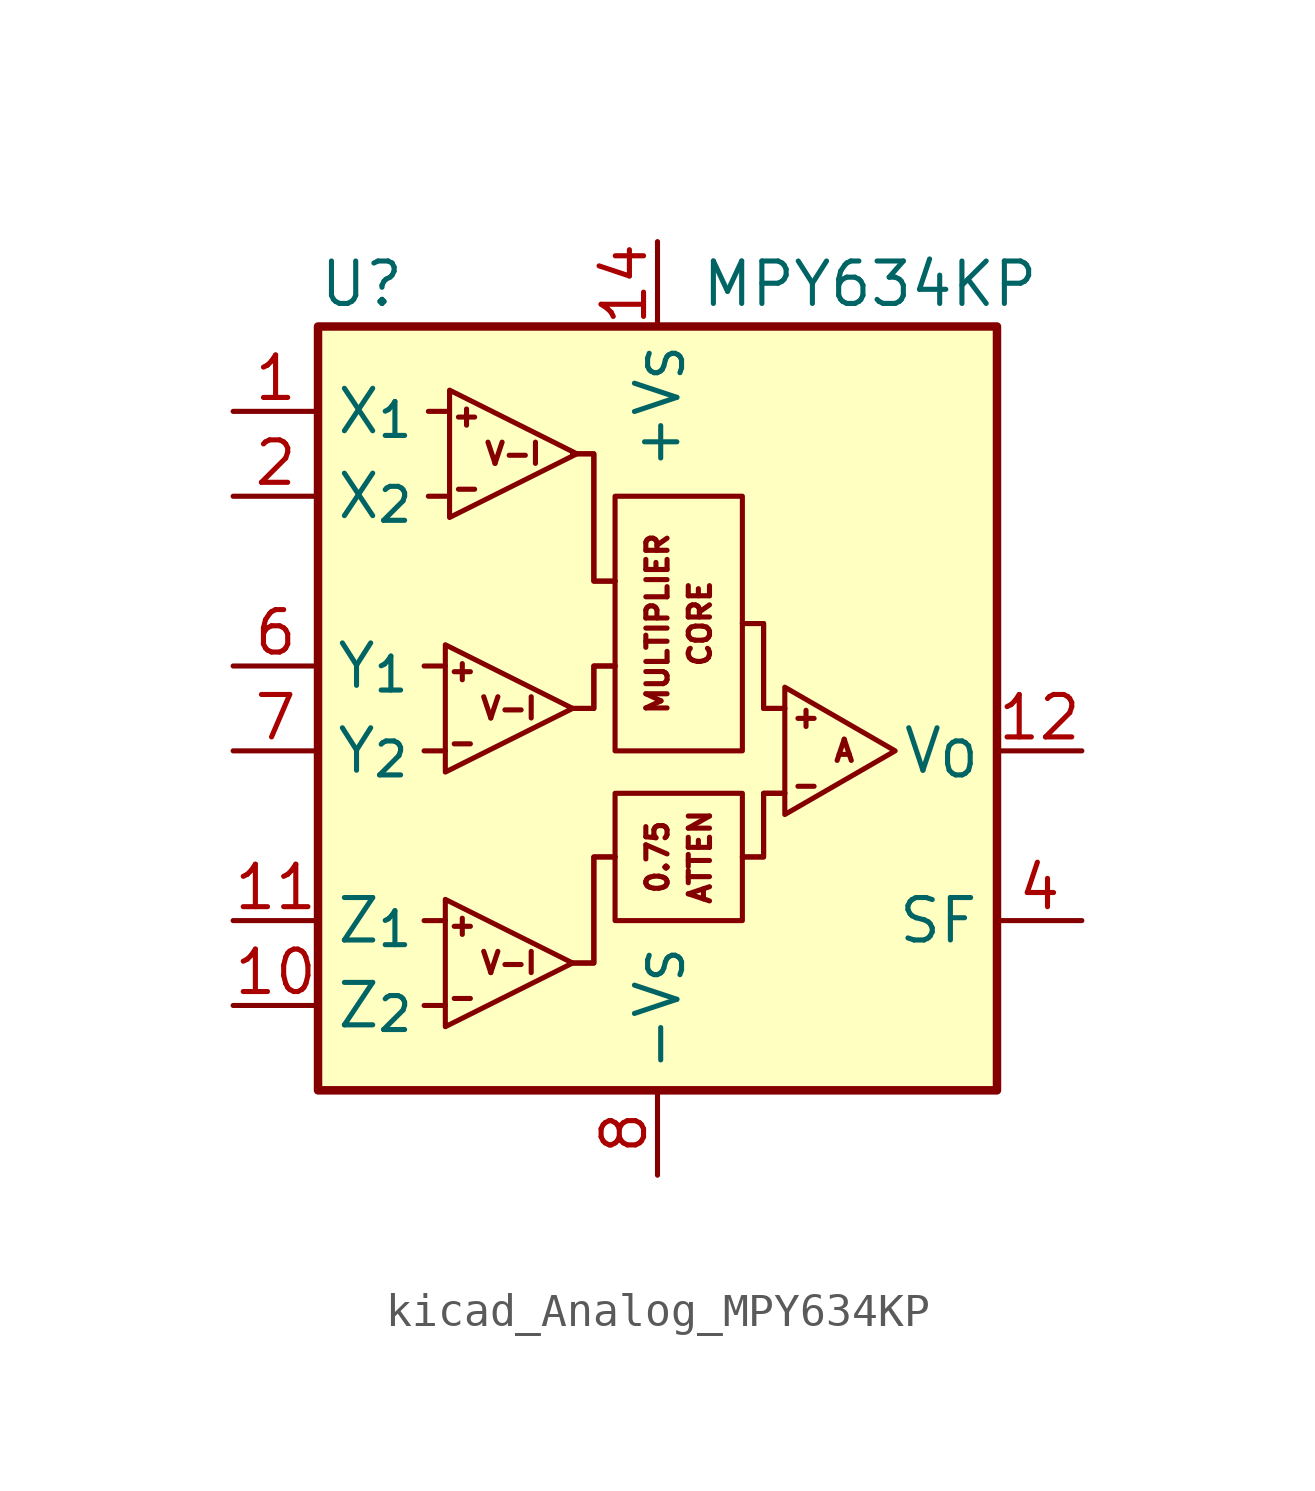
<source format=kicad_sym>
(kicad_symbol_lib
  (version 20220914)
  (generator kicad_symbol_editor)
  (symbol "kicad_Analog_MPY634KP"
    (property "Reference" "U"
      (at -10.16 13.97 0)
      (effects (font (size 1.27 1.27)) (justify left)))
    (property "Value" "MPY634KP"
      (at 1.27 13.97 0)
      (effects (font (size 1.27 1.27)) (justify left)))
    (symbol "kicad_Analog_MPY634KP_0_0"
      (polyline (pts (xy -1.27 -3.175) (xy -1.905 -3.175) (xy -1.905 -6.35) (xy -2.54 -6.35)) (stroke (width 0) (type default)) (fill (type none)))
      (polyline (pts (xy -1.27 -3.175) (xy -1.905 -3.175) (xy -1.905 -6.35) (xy -2.54 -6.35)) (stroke (width 0) (type default)) (fill (type none)))
      (polyline (pts (xy -1.27 2.54) (xy -1.905 2.54) (xy -1.905 1.27) (xy -2.54 1.27)) (stroke (width 0) (type default)) (fill (type none)))
      (polyline (pts (xy -1.27 2.54) (xy -1.905 2.54) (xy -1.905 1.27) (xy -2.54 1.27)) (stroke (width 0) (type default)) (fill (type none)))
      (polyline (pts (xy -1.27 5.08) (xy -1.905 5.08) (xy -1.905 8.89) (xy -2.54 8.89)) (stroke (width 0) (type default)) (fill (type none)))
      (polyline (pts (xy -1.27 5.08) (xy -1.905 5.08) (xy -1.905 8.89) (xy -2.54 8.89)) (stroke (width 0) (type default)) (fill (type none)))
      (polyline (pts (xy 3.81 -1.27) (xy 3.175 -1.27) (xy 3.175 -3.175) (xy 2.54 -3.175)) (stroke (width 0) (type default)) (fill (type none)))
      (polyline (pts (xy 3.81 -1.27) (xy 3.175 -1.27) (xy 3.175 -3.175) (xy 2.54 -3.175)) (stroke (width 0) (type default)) (fill (type none)))
      (polyline (pts (xy 3.81 1.27) (xy 3.175 1.27) (xy 3.175 3.81) (xy 2.54 3.81)) (stroke (width 0) (type default)) (fill (type none)))
      (polyline (pts (xy 3.81 1.27) (xy 3.175 1.27) (xy 3.175 3.81) (xy 2.54 3.81)) (stroke (width 0) (type default)) (fill (type none)))
      (text "+" (at -5.842 -5.207 0) (effects (font (size 0.635 0.635))))
      (text "+" (at -5.842 2.413 0) (effects (font (size 0.635 0.635))))
      (text "+" (at -5.715 10.033 0) (effects (font (size 0.635 0.635))))
      (text "+" (at 4.445 1.016 0) (effects (font (size 0.635 0.635))))
      (text "-" (at -5.842 -7.366 0) (effects (font (size 0.635 0.635))))
      (text "-" (at -5.842 0.254 0) (effects (font (size 0.635 0.635))))
      (text "-" (at -5.715 7.874 0) (effects (font (size 0.635 0.635))))
      (text "-" (at 4.445 -1.016 0) (effects (font (size 0.635 0.635))))
      (text "A" (at 5.588 0 0) (effects (font (size 0.635 0.635))))
      (text "V-I" (at -4.445 -6.35 0) (effects (font (size 0.635 0.635))))
      (text "V-I" (at -4.445 1.27 0) (effects (font (size 0.635 0.635))))
      (text "V-I" (at -4.318 8.89 0) (effects (font (size 0.635 0.635)))))
    (symbol "kicad_Analog_MPY634KP_0_1"
      (rectangle (start -10.16 12.7) (end 10.16 -10.16) (stroke (width 0.254) (type default)) (fill (type background)))
      (rectangle (start -1.27 -1.27) (end 2.54 -5.08) (stroke (width 0) (type default)) (fill (type none)))
      (rectangle (start -1.27 7.62) (end 2.54 0) (stroke (width 0) (type default)) (fill (type none)))
      (polyline (pts (xy -6.985 -7.62) (xy -6.35 -7.62)) (stroke (width 0) (type default)) (fill (type none)))
      (polyline (pts (xy -6.985 -5.08) (xy -6.35 -5.08)) (stroke (width 0) (type default)) (fill (type none)))
      (polyline (pts (xy -6.985 0) (xy -6.35 0)) (stroke (width 0) (type default)) (fill (type none)))
      (polyline (pts (xy -6.985 2.54) (xy -6.35 2.54)) (stroke (width 0) (type default)) (fill (type none)))
      (polyline (pts (xy -6.858 7.62) (xy -6.223 7.62)) (stroke (width 0) (type default)) (fill (type none)))
      (polyline (pts (xy -6.858 10.16) (xy -6.223 10.16)) (stroke (width 0) (type default)) (fill (type none)))
      (polyline (pts (xy -6.35 -4.445) (xy -6.35 -8.255) (xy -2.54 -6.35) (xy -6.35 -4.445)) (stroke (width 0) (type default)) (fill (type none)))
      (polyline (pts (xy -6.35 3.175) (xy -6.35 -0.635) (xy -2.54 1.27) (xy -6.35 3.175)) (stroke (width 0) (type default)) (fill (type none)))
      (polyline (pts (xy -6.223 10.795) (xy -6.223 6.985) (xy -2.413 8.89) (xy -6.223 10.795)) (stroke (width 0) (type default)) (fill (type none)))
      (polyline (pts (xy 3.81 1.905) (xy 3.81 -1.905) (xy 7.112 0) (xy 3.81 1.905)) (stroke (width 0) (type default)) (fill (type none))))
    (symbol "kicad_Analog_MPY634KP_1_0"
      (text "0.75" (at 0 -3.175 900) (effects (font (size 0.635 0.635))))
      (text "ATTEN" (at 1.27 -3.175 900) (effects (font (size 0.635 0.635))))
      (text "CORE" (at 1.27 3.81 900) (effects (font (size 0.635 0.635))))
      (text "MULTIPLIER" (at 0 3.81 900) (effects (font (size 0.635 0.635)))))
    (symbol "kicad_Analog_MPY634KP_1_1"
      (pin input line (at -12.7 10.16 0) (length 2.54) (name "X_{1}" (effects (font (size 1.27 1.27)))) (number "1" (effects (font (size 1.27 1.27)))))
      (pin input line (at -12.7 -7.62 0) (length 2.54) (name "Z_{2}" (effects (font (size 1.27 1.27)))) (number "10" (effects (font (size 1.27 1.27)))))
      (pin input line (at -12.7 -5.08 0) (length 2.54) (name "Z_{1}" (effects (font (size 1.27 1.27)))) (number "11" (effects (font (size 1.27 1.27)))))
      (pin output line (at 12.7 0 180) (length 2.54) (name "V_{O}" (effects (font (size 1.27 1.27)))) (number "12" (effects (font (size 1.27 1.27)))))
      (pin no_connect line (at 10.16 2.54 180) (length 2.54) hide (name "NC" (effects (font (size 1.27 1.27)))) (number "13" (effects (font (size 1.27 1.27)))))
      (pin power_in line (at 0 15.24 270) (length 2.54) (name "+V_{S}" (effects (font (size 1.27 1.27)))) (number "14" (effects (font (size 1.27 1.27)))))
      (pin input line (at -12.7 7.62 0) (length 2.54) (name "X_{2}" (effects (font (size 1.27 1.27)))) (number "2" (effects (font (size 1.27 1.27)))))
      (pin no_connect line (at 10.16 10.16 180) (length 2.54) hide (name "NC" (effects (font (size 1.27 1.27)))) (number "3" (effects (font (size 1.27 1.27)))))
      (pin passive line (at 12.7 -5.08 180) (length 2.54) (name "SF" (effects (font (size 1.27 1.27)))) (number "4" (effects (font (size 1.27 1.27)))))
      (pin no_connect line (at 10.16 7.62 180) (length 2.54) hide (name "NC" (effects (font (size 1.27 1.27)))) (number "5" (effects (font (size 1.27 1.27)))))
      (pin input line (at -12.7 2.54 0) (length 2.54) (name "Y_{1}" (effects (font (size 1.27 1.27)))) (number "6" (effects (font (size 1.27 1.27)))))
      (pin input line (at -12.7 0 0) (length 2.54) (name "Y_{2}" (effects (font (size 1.27 1.27)))) (number "7" (effects (font (size 1.27 1.27)))))
      (pin power_in line (at 0 -12.7 90) (length 2.54) (name "-V_{S}" (effects (font (size 1.27 1.27)))) (number "8" (effects (font (size 1.27 1.27)))))
      (pin no_connect line (at 10.16 5.08 180) (length 2.54) hide (name "NC" (effects (font (size 1.27 1.27)))) (number "9" (effects (font (size 1.27 1.27))))))))
</source>
